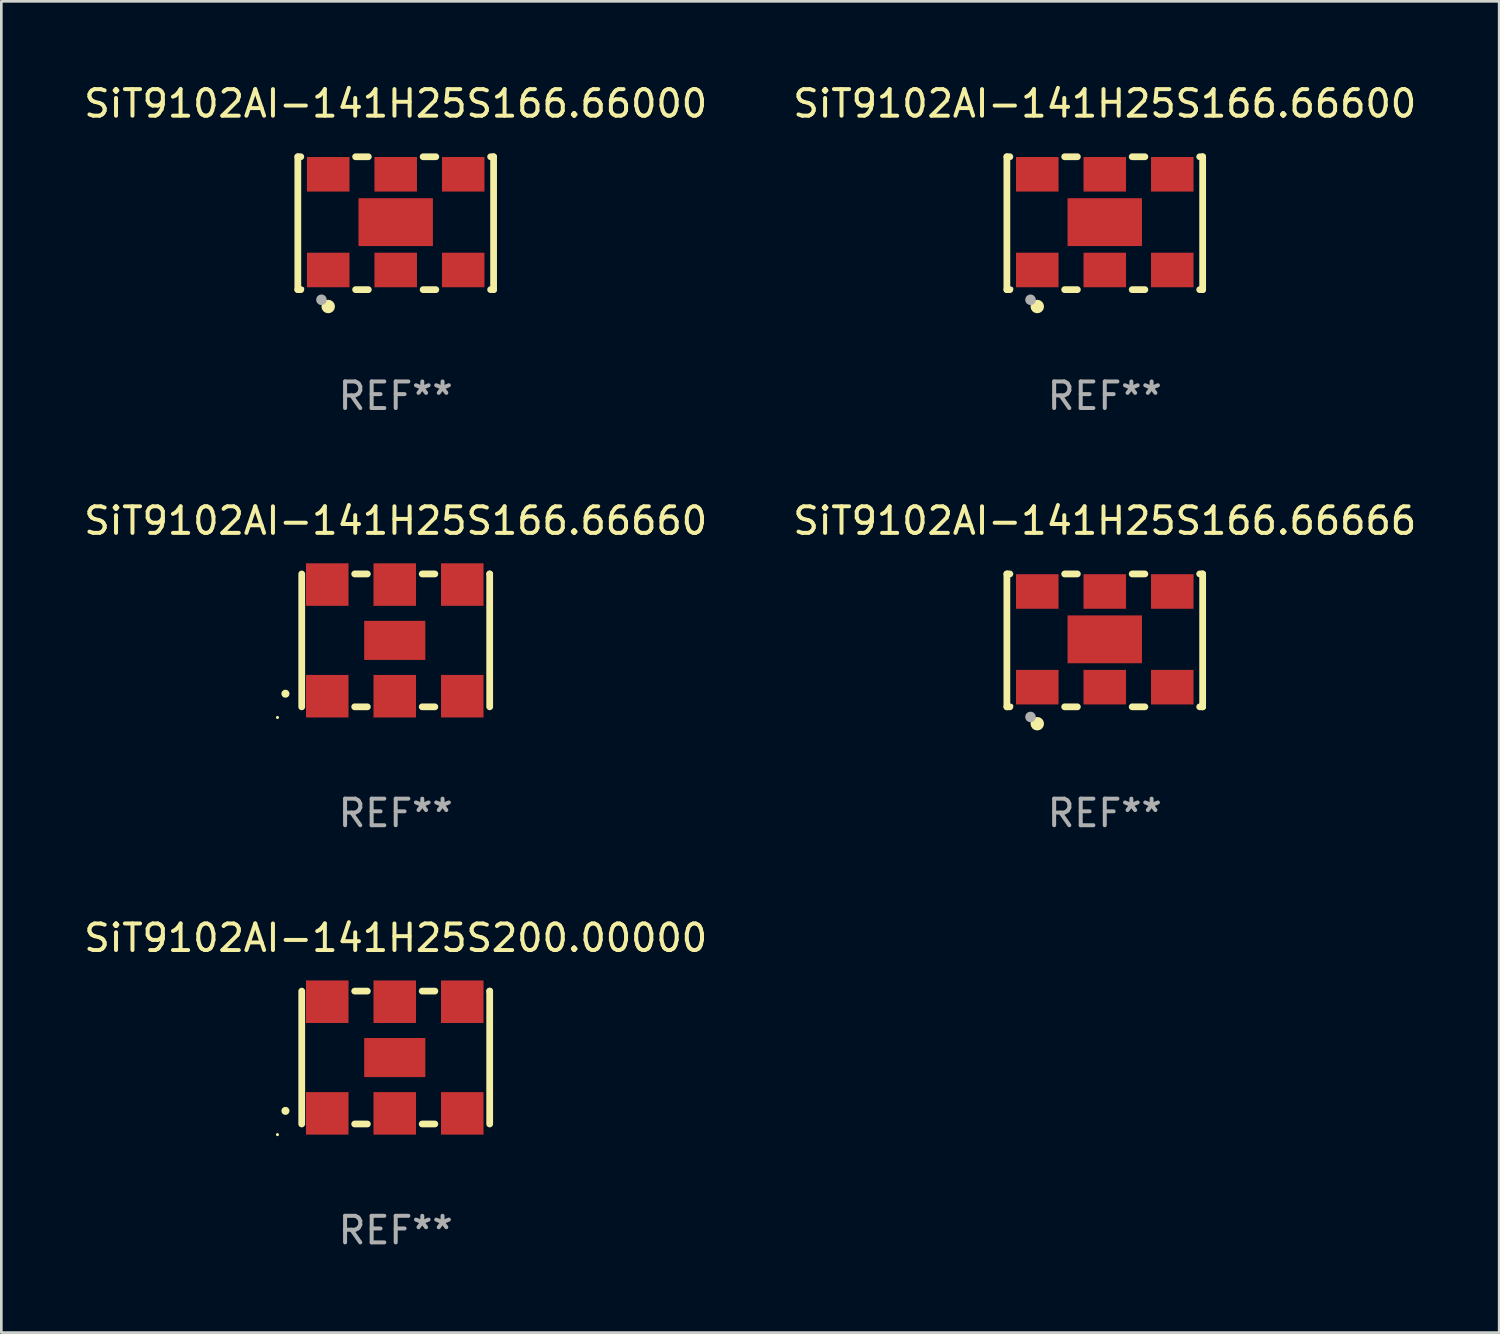
<source format=kicad_pcb>
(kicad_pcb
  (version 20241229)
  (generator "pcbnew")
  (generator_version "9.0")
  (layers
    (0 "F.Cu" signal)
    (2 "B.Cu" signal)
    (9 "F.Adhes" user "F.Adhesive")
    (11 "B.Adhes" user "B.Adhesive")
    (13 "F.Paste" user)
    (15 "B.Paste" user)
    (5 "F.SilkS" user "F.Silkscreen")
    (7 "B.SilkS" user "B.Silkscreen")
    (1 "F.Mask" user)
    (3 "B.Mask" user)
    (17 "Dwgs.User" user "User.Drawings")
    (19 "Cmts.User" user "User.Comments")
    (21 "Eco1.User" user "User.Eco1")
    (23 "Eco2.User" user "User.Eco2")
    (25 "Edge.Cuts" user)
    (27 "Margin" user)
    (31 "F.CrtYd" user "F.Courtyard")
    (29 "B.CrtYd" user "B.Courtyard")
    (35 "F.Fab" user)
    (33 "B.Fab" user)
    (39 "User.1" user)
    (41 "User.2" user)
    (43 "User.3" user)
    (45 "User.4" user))
  (footprint "SiT9102AI-141H25S166.66600"
    (layer "F.Cu")
    (at 38.518 5.348)
    (property "Reference" "SiT9102AI-141H25S166.66600" (at 0 -4.5 0) (layer "F.SilkS") (effects (font (size 1 1) (thickness 0.15))))
    (attr through_hole)
    (fp_line (start -3.683 -2.5) (end -3.571 -2.5) (stroke (width 0.254) (type solid)) (layer "F.SilkS"))
    (fp_line (start -3.683 2.5) (end -3.683 -2.5) (stroke (width 0.254) (type solid)) (layer "F.SilkS"))
    (fp_line (start -3.683 2.5) (end -3.571 2.5) (stroke (width 0.254) (type solid)) (layer "F.SilkS"))
    (fp_line (start -1.509 -2.5) (end -1.031 -2.5) (stroke (width 0.254) (type solid)) (layer "F.SilkS"))
    (fp_line (start -1.509 2.5) (end -1.031 2.5) (stroke (width 0.254) (type solid)) (layer "F.SilkS"))
    (fp_line (start 1.031 -2.5) (end 1.509 -2.5) (stroke (width 0.254) (type solid)) (layer "F.SilkS"))
    (fp_line (start 1.031 2.5) (end 1.509 2.5) (stroke (width 0.254) (type solid)) (layer "F.SilkS"))
    (fp_line (start 3.571 -2.5) (end 3.683 -2.5) (stroke (width 0.254) (type solid)) (layer "F.SilkS"))
    (fp_line (start 3.571 2.5) (end 3.683 2.5) (stroke (width 0.254) (type solid)) (layer "F.SilkS"))
    (fp_line (start 3.683 2.5) (end 3.683 -2.5) (stroke (width 0.254) (type solid)) (layer "F.SilkS"))
    (fp_circle (center -3.5 2.46) (end -3.47 2.46) (stroke (width 0.06) (type solid)) (fill no) (layer "F.SilkS"))
    (fp_circle (center -2.54 3.135) (end -2.413 3.135) (stroke (width 0.254) (type solid)) (fill no) (layer "F.SilkS"))
    (fp_circle (center -2.794 2.881) (end -2.694 2.881) (stroke (width 0.2) (type solid)) (fill no) (layer "F.Fab"))
    (fp_text user "REF**" (at 0 6.5 0) (layer "F.Fab") (effects (font (size 1 1) (thickness 0.15))))
    (pad "1" smd rect (at -2.54 1.76) (size 1.6 1.3) (layers "F.Cu" "F.Mask" "F.Paste"))
    (pad "2" smd rect (at 0 1.76) (size 1.6 1.3) (layers "F.Cu" "F.Mask" "F.Paste"))
    (pad "3" smd rect (at 2.54 1.76) (size 1.6 1.3) (layers "F.Cu" "F.Mask" "F.Paste"))
    (pad "4" smd rect (at 2.54 -1.84) (size 1.6 1.3) (layers "F.Cu" "F.Mask" "F.Paste"))
    (pad "5" smd rect (at 0 -1.84) (size 1.6 1.3) (layers "F.Cu" "F.Mask" "F.Paste"))
    (pad "6" smd rect (at -2.54 -1.84) (size 1.6 1.3) (layers "F.Cu" "F.Mask" "F.Paste"))
    (pad "7" smd rect (at 0 -0.04) (size 2.8 1.8) (layers "F.Cu" "F.Mask" "F.Paste")))
  (footprint "SiT9102AI-141H25S166.66666"
    (layer "F.Cu")
    (at 38.518 21.045)
    (property "Reference" "SiT9102AI-141H25S166.66666" (at 0 -4.5 0) (layer "F.SilkS") (effects (font (size 1 1) (thickness 0.15))))
    (attr through_hole)
    (fp_line (start -3.683 -2.5) (end -3.571 -2.5) (stroke (width 0.254) (type solid)) (layer "F.SilkS"))
    (fp_line (start -3.683 2.5) (end -3.683 -2.5) (stroke (width 0.254) (type solid)) (layer "F.SilkS"))
    (fp_line (start -3.683 2.5) (end -3.571 2.5) (stroke (width 0.254) (type solid)) (layer "F.SilkS"))
    (fp_line (start -1.509 -2.5) (end -1.031 -2.5) (stroke (width 0.254) (type solid)) (layer "F.SilkS"))
    (fp_line (start -1.509 2.5) (end -1.031 2.5) (stroke (width 0.254) (type solid)) (layer "F.SilkS"))
    (fp_line (start 1.031 -2.5) (end 1.509 -2.5) (stroke (width 0.254) (type solid)) (layer "F.SilkS"))
    (fp_line (start 1.031 2.5) (end 1.509 2.5) (stroke (width 0.254) (type solid)) (layer "F.SilkS"))
    (fp_line (start 3.571 -2.5) (end 3.683 -2.5) (stroke (width 0.254) (type solid)) (layer "F.SilkS"))
    (fp_line (start 3.571 2.5) (end 3.683 2.5) (stroke (width 0.254) (type solid)) (layer "F.SilkS"))
    (fp_line (start 3.683 2.5) (end 3.683 -2.5) (stroke (width 0.254) (type solid)) (layer "F.SilkS"))
    (fp_circle (center -3.5 2.46) (end -3.47 2.46) (stroke (width 0.06) (type solid)) (fill no) (layer "F.SilkS"))
    (fp_circle (center -2.54 3.135) (end -2.413 3.135) (stroke (width 0.254) (type solid)) (fill no) (layer "F.SilkS"))
    (fp_circle (center -2.794 2.881) (end -2.694 2.881) (stroke (width 0.2) (type solid)) (fill no) (layer "F.Fab"))
    (fp_text user "REF**" (at 0 6.5 0) (layer "F.Fab") (effects (font (size 1 1) (thickness 0.15))))
    (pad "1" smd rect (at -2.54 1.76) (size 1.6 1.3) (layers "F.Cu" "F.Mask" "F.Paste"))
    (pad "2" smd rect (at 0 1.76) (size 1.6 1.3) (layers "F.Cu" "F.Mask" "F.Paste"))
    (pad "3" smd rect (at 2.54 1.76) (size 1.6 1.3) (layers "F.Cu" "F.Mask" "F.Paste"))
    (pad "4" smd rect (at 2.54 -1.84) (size 1.6 1.3) (layers "F.Cu" "F.Mask" "F.Paste"))
    (pad "5" smd rect (at 0 -1.84) (size 1.6 1.3) (layers "F.Cu" "F.Mask" "F.Paste"))
    (pad "6" smd rect (at -2.54 -1.84) (size 1.6 1.3) (layers "F.Cu" "F.Mask" "F.Paste"))
    (pad "7" smd rect (at 0 -0.04) (size 2.8 1.8) (layers "F.Cu" "F.Mask" "F.Paste")))
  (footprint "SiT9102AI-141H25S200.00000"
    (layer "F.Cu")
    (at 11.839 36.741)
    (property "Reference" "SiT9102AI-141H25S200.00000" (at 0 -4.5 0) (layer "F.SilkS") (effects (font (size 1 1) (thickness 0.15))))
    (attr through_hole)
    (fp_line (start -3.536 -2.5) (end -3.536 2.5) (stroke (width 0.254) (type solid)) (layer "F.SilkS"))
    (fp_line (start -1.544 2.5) (end -1.067 2.5) (stroke (width 0.254) (type solid)) (layer "F.SilkS"))
    (fp_line (start -1.067 -2.5) (end -1.544 -2.5) (stroke (width 0.254) (type solid)) (layer "F.SilkS"))
    (fp_line (start 0.996 2.5) (end 1.473 2.5) (stroke (width 0.254) (type solid)) (layer "F.SilkS"))
    (fp_line (start 1.473 -2.5) (end 0.996 -2.5) (stroke (width 0.254) (type solid)) (layer "F.SilkS"))
    (fp_line (start 3.536 -2.5) (end 3.536 -2.5) (stroke (width 0.254) (type solid)) (layer "F.SilkS"))
    (fp_line (start 3.536 2.5) (end 3.536 -2.5) (stroke (width 0.254) (type solid)) (layer "F.SilkS"))
    (fp_arc (start -4.150432 2.006604) (mid -4.149162 2.006599) (end -4.147892 2.006604) (stroke (width 0.3) (type solid)) (layer "F.SilkS"))
    (fp_circle (center -4.449 2.9) (end -4.419 2.9) (stroke (width 0.06) (type solid)) (fill no) (layer "F.SilkS"))
    (fp_text user "REF**" (at 0 6.5 0) (layer "F.Fab") (effects (font (size 1 1) (thickness 0.15))))
    (pad "1" smd rect (at -2.576 2.1) (size 1.6 1.6) (layers "F.Cu" "F.Mask" "F.Paste"))
    (pad "2" smd rect (at -0.036 2.1) (size 1.6 1.6) (layers "F.Cu" "F.Mask" "F.Paste"))
    (pad "3" smd rect (at 2.504 2.1) (size 1.6 1.6) (layers "F.Cu" "F.Mask" "F.Paste"))
    (pad "4" smd rect (at 2.504 -2.1) (size 1.6 1.6) (layers "F.Cu" "F.Mask" "F.Paste"))
    (pad "5" smd rect (at -0.036 -2.1) (size 1.6 1.6) (layers "F.Cu" "F.Mask" "F.Paste"))
    (pad "6" smd rect (at -2.576 -2.1) (size 1.6 1.6) (layers "F.Cu" "F.Mask" "F.Paste"))
    (pad "7" smd rect (at -0.036 0) (size 2.3 1.47) (layers "F.Cu" "F.Mask" "F.Paste")))
  (footprint "SiT9102AI-141H25S166.66660"
    (layer "F.Cu")
    (at 11.839 21.045)
    (property "Reference" "SiT9102AI-141H25S166.66660" (at 0 -4.5 0) (layer "F.SilkS") (effects (font (size 1 1) (thickness 0.15))))
    (attr through_hole)
    (fp_line (start -3.536 -2.5) (end -3.536 2.5) (stroke (width 0.254) (type solid)) (layer "F.SilkS"))
    (fp_line (start -1.544 2.5) (end -1.067 2.5) (stroke (width 0.254) (type solid)) (layer "F.SilkS"))
    (fp_line (start -1.067 -2.5) (end -1.544 -2.5) (stroke (width 0.254) (type solid)) (layer "F.SilkS"))
    (fp_line (start 0.996 2.5) (end 1.473 2.5) (stroke (width 0.254) (type solid)) (layer "F.SilkS"))
    (fp_line (start 1.473 -2.5) (end 0.996 -2.5) (stroke (width 0.254) (type solid)) (layer "F.SilkS"))
    (fp_line (start 3.536 -2.5) (end 3.536 -2.5) (stroke (width 0.254) (type solid)) (layer "F.SilkS"))
    (fp_line (start 3.536 2.5) (end 3.536 -2.5) (stroke (width 0.254) (type solid)) (layer "F.SilkS"))
    (fp_arc (start -4.150432 2.006604) (mid -4.149162 2.006599) (end -4.147892 2.006604) (stroke (width 0.3) (type solid)) (layer "F.SilkS"))
    (fp_circle (center -4.449 2.9) (end -4.419 2.9) (stroke (width 0.06) (type solid)) (fill no) (layer "F.SilkS"))
    (fp_text user "REF**" (at 0 6.5 0) (layer "F.Fab") (effects (font (size 1 1) (thickness 0.15))))
    (pad "1" smd rect (at -2.576 2.1) (size 1.6 1.6) (layers "F.Cu" "F.Mask" "F.Paste"))
    (pad "2" smd rect (at -0.036 2.1) (size 1.6 1.6) (layers "F.Cu" "F.Mask" "F.Paste"))
    (pad "3" smd rect (at 2.504 2.1) (size 1.6 1.6) (layers "F.Cu" "F.Mask" "F.Paste"))
    (pad "4" smd rect (at 2.504 -2.1) (size 1.6 1.6) (layers "F.Cu" "F.Mask" "F.Paste"))
    (pad "5" smd rect (at -0.036 -2.1) (size 1.6 1.6) (layers "F.Cu" "F.Mask" "F.Paste"))
    (pad "6" smd rect (at -2.576 -2.1) (size 1.6 1.6) (layers "F.Cu" "F.Mask" "F.Paste"))
    (pad "7" smd rect (at -0.036 0) (size 2.3 1.47) (layers "F.Cu" "F.Mask" "F.Paste")))
  (footprint "SiT9102AI-141H25S166.66000"
    (layer "F.Cu")
    (at 11.839 5.348)
    (property "Reference" "SiT9102AI-141H25S166.66000" (at 0 -4.5 0) (layer "F.SilkS") (effects (font (size 1 1) (thickness 0.15))))
    (attr through_hole)
    (fp_line (start -3.683 -2.5) (end -3.571 -2.5) (stroke (width 0.254) (type solid)) (layer "F.SilkS"))
    (fp_line (start -3.683 2.5) (end -3.683 -2.5) (stroke (width 0.254) (type solid)) (layer "F.SilkS"))
    (fp_line (start -3.683 2.5) (end -3.571 2.5) (stroke (width 0.254) (type solid)) (layer "F.SilkS"))
    (fp_line (start -1.509 -2.5) (end -1.031 -2.5) (stroke (width 0.254) (type solid)) (layer "F.SilkS"))
    (fp_line (start -1.509 2.5) (end -1.031 2.5) (stroke (width 0.254) (type solid)) (layer "F.SilkS"))
    (fp_line (start 1.031 -2.5) (end 1.509 -2.5) (stroke (width 0.254) (type solid)) (layer "F.SilkS"))
    (fp_line (start 1.031 2.5) (end 1.509 2.5) (stroke (width 0.254) (type solid)) (layer "F.SilkS"))
    (fp_line (start 3.571 -2.5) (end 3.683 -2.5) (stroke (width 0.254) (type solid)) (layer "F.SilkS"))
    (fp_line (start 3.571 2.5) (end 3.683 2.5) (stroke (width 0.254) (type solid)) (layer "F.SilkS"))
    (fp_line (start 3.683 2.5) (end 3.683 -2.5) (stroke (width 0.254) (type solid)) (layer "F.SilkS"))
    (fp_circle (center -3.5 2.46) (end -3.47 2.46) (stroke (width 0.06) (type solid)) (fill no) (layer "F.SilkS"))
    (fp_circle (center -2.54 3.135) (end -2.413 3.135) (stroke (width 0.254) (type solid)) (fill no) (layer "F.SilkS"))
    (fp_circle (center -2.794 2.881) (end -2.694 2.881) (stroke (width 0.2) (type solid)) (fill no) (layer "F.Fab"))
    (fp_text user "REF**" (at 0 6.5 0) (layer "F.Fab") (effects (font (size 1 1) (thickness 0.15))))
    (pad "1" smd rect (at -2.54 1.76) (size 1.6 1.3) (layers "F.Cu" "F.Mask" "F.Paste"))
    (pad "2" smd rect (at 0 1.76) (size 1.6 1.3) (layers "F.Cu" "F.Mask" "F.Paste"))
    (pad "3" smd rect (at 2.54 1.76) (size 1.6 1.3) (layers "F.Cu" "F.Mask" "F.Paste"))
    (pad "4" smd rect (at 2.54 -1.84) (size 1.6 1.3) (layers "F.Cu" "F.Mask" "F.Paste"))
    (pad "5" smd rect (at 0 -1.84) (size 1.6 1.3) (layers "F.Cu" "F.Mask" "F.Paste"))
    (pad "6" smd rect (at -2.54 -1.84) (size 1.6 1.3) (layers "F.Cu" "F.Mask" "F.Paste"))
    (pad "7" smd rect (at 0 -0.04) (size 2.8 1.8) (layers "F.Cu" "F.Mask" "F.Paste")))
  (gr_rect
    (start -3 -3)
    (end 53.357 47.09)
    (stroke (width 0.1) (type default))
    (fill no)
    (layer "Edge.Cuts")))
</source>
